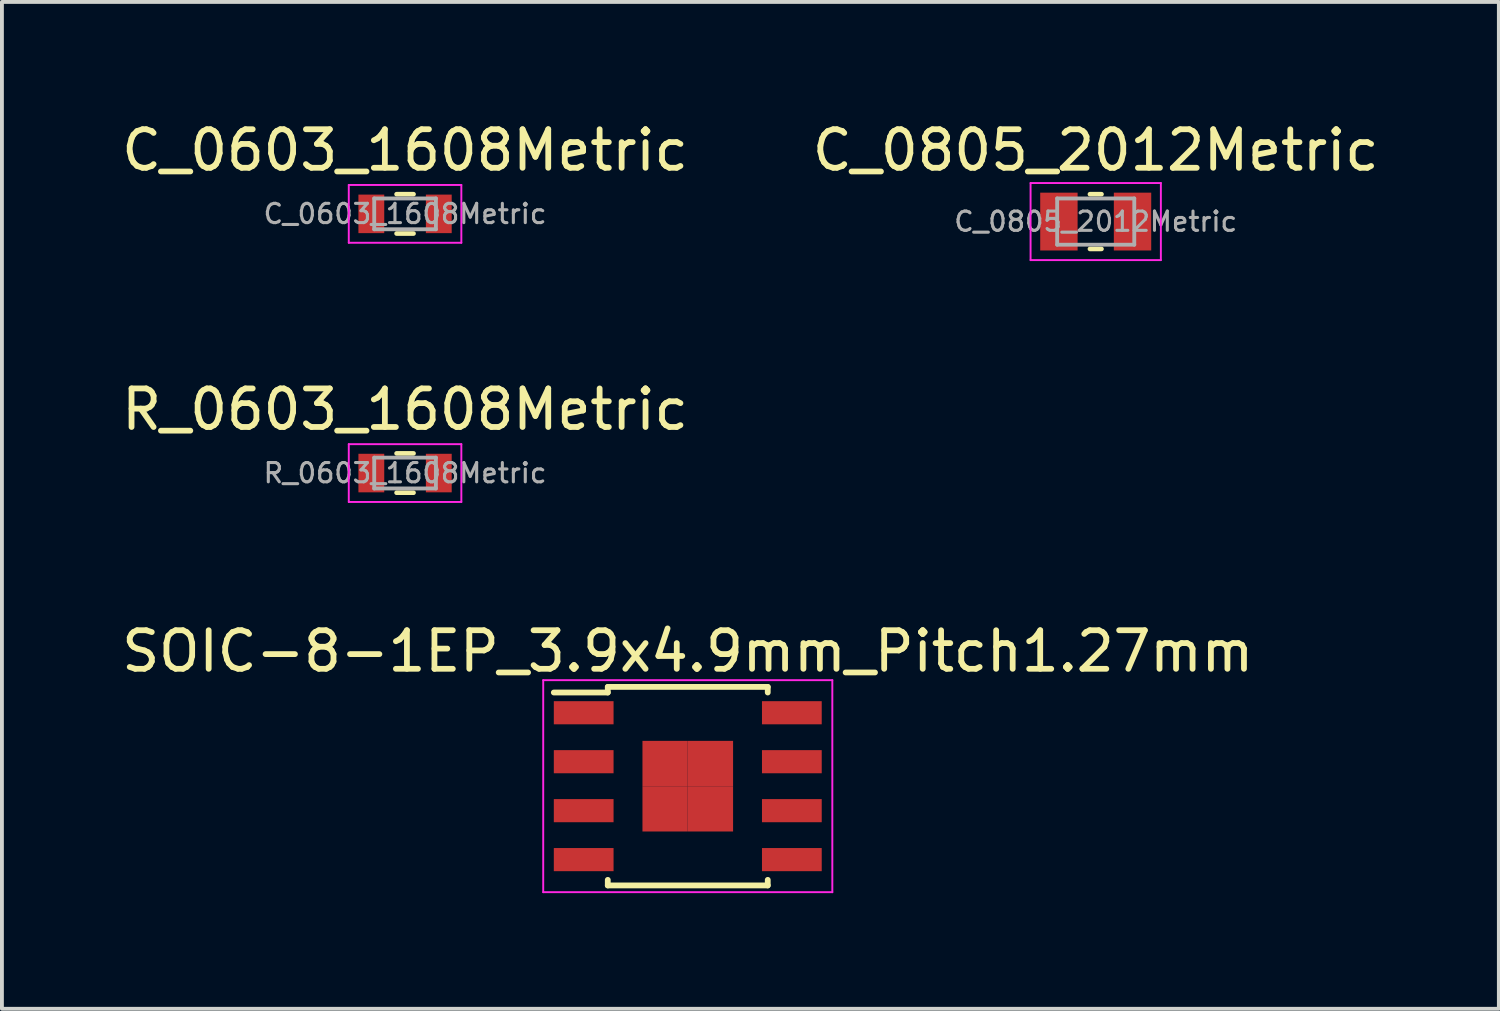
<source format=kicad_pcb>
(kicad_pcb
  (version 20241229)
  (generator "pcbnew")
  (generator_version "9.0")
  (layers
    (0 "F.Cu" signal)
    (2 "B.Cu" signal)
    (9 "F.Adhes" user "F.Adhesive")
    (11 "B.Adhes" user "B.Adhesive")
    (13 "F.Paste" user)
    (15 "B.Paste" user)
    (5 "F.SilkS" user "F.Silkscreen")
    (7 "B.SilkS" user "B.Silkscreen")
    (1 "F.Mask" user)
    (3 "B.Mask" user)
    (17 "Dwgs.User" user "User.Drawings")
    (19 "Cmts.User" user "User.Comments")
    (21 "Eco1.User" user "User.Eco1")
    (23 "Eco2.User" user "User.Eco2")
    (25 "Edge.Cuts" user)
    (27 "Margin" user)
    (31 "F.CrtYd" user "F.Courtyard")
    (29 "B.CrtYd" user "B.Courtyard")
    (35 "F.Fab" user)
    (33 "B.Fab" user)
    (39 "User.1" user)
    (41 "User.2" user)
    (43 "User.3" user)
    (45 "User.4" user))
  (footprint "C_0805_2012Metric"
    (layer "F.Cu")
    (at 25.375 2.698)
    (property "Reference" "C_0805_2012Metric" (at 0 -1.85 0) (layer "F.SilkS") (effects (font (size 1 1) (thickness 0.15))))
    (attr smd)
    (fp_line (start -0.15 -0.71) (end 0.15 -0.71) (stroke (width 0.12) (type solid)) (layer "F.SilkS"))
    (fp_line (start -0.15 0.71) (end 0.15 0.71) (stroke (width 0.12) (type solid)) (layer "F.SilkS"))
    (fp_line (start -1.69 -1) (end 1.69 -1) (stroke (width 0.05) (type solid)) (layer "F.CrtYd"))
    (fp_line (start -1.69 1) (end -1.69 -1) (stroke (width 0.05) (type solid)) (layer "F.CrtYd"))
    (fp_line (start 1.69 -1) (end 1.69 1) (stroke (width 0.05) (type solid)) (layer "F.CrtYd"))
    (fp_line (start 1.69 1) (end -1.69 1) (stroke (width 0.05) (type solid)) (layer "F.CrtYd"))
    (fp_line (start -1 -0.6) (end 1 -0.6) (stroke (width 0.1) (type solid)) (layer "F.Fab"))
    (fp_line (start -1 0.6) (end -1 -0.6) (stroke (width 0.1) (type solid)) (layer "F.Fab"))
    (fp_line (start 1 -0.6) (end 1 0.6) (stroke (width 0.1) (type solid)) (layer "F.Fab"))
    (fp_line (start 1 0.6) (end -1 0.6) (stroke (width 0.1) (type solid)) (layer "F.Fab"))
    (fp_text user "${REFERENCE}" (at 0 0 0) (layer "F.Fab") (effects (font (size 0.5 0.5) (thickness 0.08))))
    (pad "1" smd rect (at -0.955 0) (size 0.97 1.5) (layers "F.Cu" "F.Mask" "F.Paste"))
    (pad "2" smd rect (at 0.955 0) (size 0.97 1.5) (layers "F.Cu" "F.Mask" "F.Paste")))
  (footprint "SOIC-8-1EP_3.9x4.9mm_Pitch1.27mm"
    (layer "F.Cu")
    (at 14.792 17.345)
    (property "Reference" "SOIC-8-1EP_3.9x4.9mm_Pitch1.27mm" (at 0 -3.5 0) (layer "F.SilkS") (effects (font (size 1 1) (thickness 0.15))))
    (attr smd)
    (fp_line (start -2.075 -2.575) (end -2.075 -2.43) (stroke (width 0.15) (type solid)) (layer "F.SilkS"))
    (fp_line (start -2.075 -2.575) (end 2.075 -2.575) (stroke (width 0.15) (type solid)) (layer "F.SilkS"))
    (fp_line (start -2.075 -2.43) (end -3.475 -2.43) (stroke (width 0.15) (type solid)) (layer "F.SilkS"))
    (fp_line (start -2.075 2.575) (end -2.075 2.43) (stroke (width 0.15) (type solid)) (layer "F.SilkS"))
    (fp_line (start -2.075 2.575) (end 2.075 2.575) (stroke (width 0.15) (type solid)) (layer "F.SilkS"))
    (fp_line (start 2.075 -2.575) (end 2.075 -2.43) (stroke (width 0.15) (type solid)) (layer "F.SilkS"))
    (fp_line (start 2.075 2.575) (end 2.075 2.43) (stroke (width 0.15) (type solid)) (layer "F.SilkS"))
    (fp_line (start -3.75 -2.75) (end -3.75 2.75) (stroke (width 0.05) (type solid)) (layer "F.CrtYd"))
    (fp_line (start -3.75 -2.75) (end 3.75 -2.75) (stroke (width 0.05) (type solid)) (layer "F.CrtYd"))
    (fp_line (start -3.75 2.75) (end 3.75 2.75) (stroke (width 0.05) (type solid)) (layer "F.CrtYd"))
    (fp_line (start 3.75 -2.75) (end 3.75 2.75) (stroke (width 0.05) (type solid)) (layer "F.CrtYd"))
    (pad "1" smd rect (at -2.7 -1.905) (size 1.55 0.6) (layers "F.Cu" "F.Mask" "F.Paste"))
    (pad "2" smd rect (at -2.7 -0.635) (size 1.55 0.6) (layers "F.Cu" "F.Mask" "F.Paste"))
    (pad "3" smd rect (at -2.7 0.635) (size 1.55 0.6) (layers "F.Cu" "F.Mask" "F.Paste"))
    (pad "4" smd rect (at -2.7 1.905) (size 1.55 0.6) (layers "F.Cu" "F.Mask" "F.Paste"))
    (pad "5" smd rect (at 2.7 1.905) (size 1.55 0.6) (layers "F.Cu" "F.Mask" "F.Paste"))
    (pad "6" smd rect (at 2.7 0.635) (size 1.55 0.6) (layers "F.Cu" "F.Mask" "F.Paste"))
    (pad "7" smd rect (at 2.7 -0.635) (size 1.55 0.6) (layers "F.Cu" "F.Mask" "F.Paste"))
    (pad "8" smd rect (at 2.7 -1.905) (size 1.55 0.6) (layers "F.Cu" "F.Mask" "F.Paste"))
    (pad "9" smd rect (at -0.588 -0.588) (size 1.175 1.175) (layers "F.Cu" "F.Mask" "F.Paste"))
    (pad "9" smd rect (at -0.588 0.588) (size 1.175 1.175) (layers "F.Cu" "F.Mask" "F.Paste"))
    (pad "9" smd rect (at 0.588 -0.588) (size 1.175 1.175) (layers "F.Cu" "F.Mask" "F.Paste"))
    (pad "9" smd rect (at 0.588 0.588) (size 1.175 1.175) (layers "F.Cu" "F.Mask" "F.Paste")))
  (footprint "R_0603_1608Metric"
    (layer "F.Cu")
    (at 7.458 9.222)
    (property "Reference" "R_0603_1608Metric" (at 0 -1.65 0) (layer "F.SilkS") (effects (font (size 1 1) (thickness 0.15))))
    (attr smd)
    (fp_line (start -0.22 -0.51) (end 0.22 -0.51) (stroke (width 0.12) (type solid)) (layer "F.SilkS"))
    (fp_line (start -0.22 0.51) (end 0.22 0.51) (stroke (width 0.12) (type solid)) (layer "F.SilkS"))
    (fp_line (start -1.46 -0.75) (end 1.46 -0.75) (stroke (width 0.05) (type solid)) (layer "F.CrtYd"))
    (fp_line (start -1.46 0.75) (end -1.46 -0.75) (stroke (width 0.05) (type solid)) (layer "F.CrtYd"))
    (fp_line (start 1.46 -0.75) (end 1.46 0.75) (stroke (width 0.05) (type solid)) (layer "F.CrtYd"))
    (fp_line (start 1.46 0.75) (end -1.46 0.75) (stroke (width 0.05) (type solid)) (layer "F.CrtYd"))
    (fp_line (start -0.8 -0.4) (end 0.8 -0.4) (stroke (width 0.1) (type solid)) (layer "F.Fab"))
    (fp_line (start -0.8 0.4) (end -0.8 -0.4) (stroke (width 0.1) (type solid)) (layer "F.Fab"))
    (fp_line (start 0.8 -0.4) (end 0.8 0.4) (stroke (width 0.1) (type solid)) (layer "F.Fab"))
    (fp_line (start 0.8 0.4) (end -0.8 0.4) (stroke (width 0.1) (type solid)) (layer "F.Fab"))
    (fp_text user "${REFERENCE}" (at 0 0 0) (layer "F.Fab") (effects (font (size 0.5 0.5) (thickness 0.08))))
    (pad "1" smd rect (at -0.875 0) (size 0.67 1) (layers "F.Cu" "F.Mask" "F.Paste"))
    (pad "2" smd rect (at 0.875 0) (size 0.67 1) (layers "F.Cu" "F.Mask" "F.Paste")))
  (footprint "C_0603_1608Metric"
    (layer "F.Cu")
    (at 7.458 2.498)
    (property "Reference" "C_0603_1608Metric" (at 0 -1.65 0) (layer "F.SilkS") (effects (font (size 1 1) (thickness 0.15))))
    (attr smd)
    (fp_line (start -0.22 -0.51) (end 0.22 -0.51) (stroke (width 0.12) (type solid)) (layer "F.SilkS"))
    (fp_line (start -0.22 0.51) (end 0.22 0.51) (stroke (width 0.12) (type solid)) (layer "F.SilkS"))
    (fp_line (start -1.46 -0.75) (end 1.46 -0.75) (stroke (width 0.05) (type solid)) (layer "F.CrtYd"))
    (fp_line (start -1.46 0.75) (end -1.46 -0.75) (stroke (width 0.05) (type solid)) (layer "F.CrtYd"))
    (fp_line (start 1.46 -0.75) (end 1.46 0.75) (stroke (width 0.05) (type solid)) (layer "F.CrtYd"))
    (fp_line (start 1.46 0.75) (end -1.46 0.75) (stroke (width 0.05) (type solid)) (layer "F.CrtYd"))
    (fp_line (start -0.8 -0.4) (end 0.8 -0.4) (stroke (width 0.1) (type solid)) (layer "F.Fab"))
    (fp_line (start -0.8 0.4) (end -0.8 -0.4) (stroke (width 0.1) (type solid)) (layer "F.Fab"))
    (fp_line (start 0.8 -0.4) (end 0.8 0.4) (stroke (width 0.1) (type solid)) (layer "F.Fab"))
    (fp_line (start 0.8 0.4) (end -0.8 0.4) (stroke (width 0.1) (type solid)) (layer "F.Fab"))
    (fp_text user "${REFERENCE}" (at 0 0 0) (layer "F.Fab") (effects (font (size 0.5 0.5) (thickness 0.08))))
    (pad "1" smd rect (at -0.875 0) (size 0.67 1) (layers "F.Cu" "F.Mask" "F.Paste"))
    (pad "2" smd rect (at 0.875 0) (size 0.67 1) (layers "F.Cu" "F.Mask" "F.Paste")))
  (gr_rect
    (start -3 -3)
    (end 35.833 23.12)
    (stroke (width 0.1) (type default))
    (fill no)
    (layer "Edge.Cuts")))
</source>
